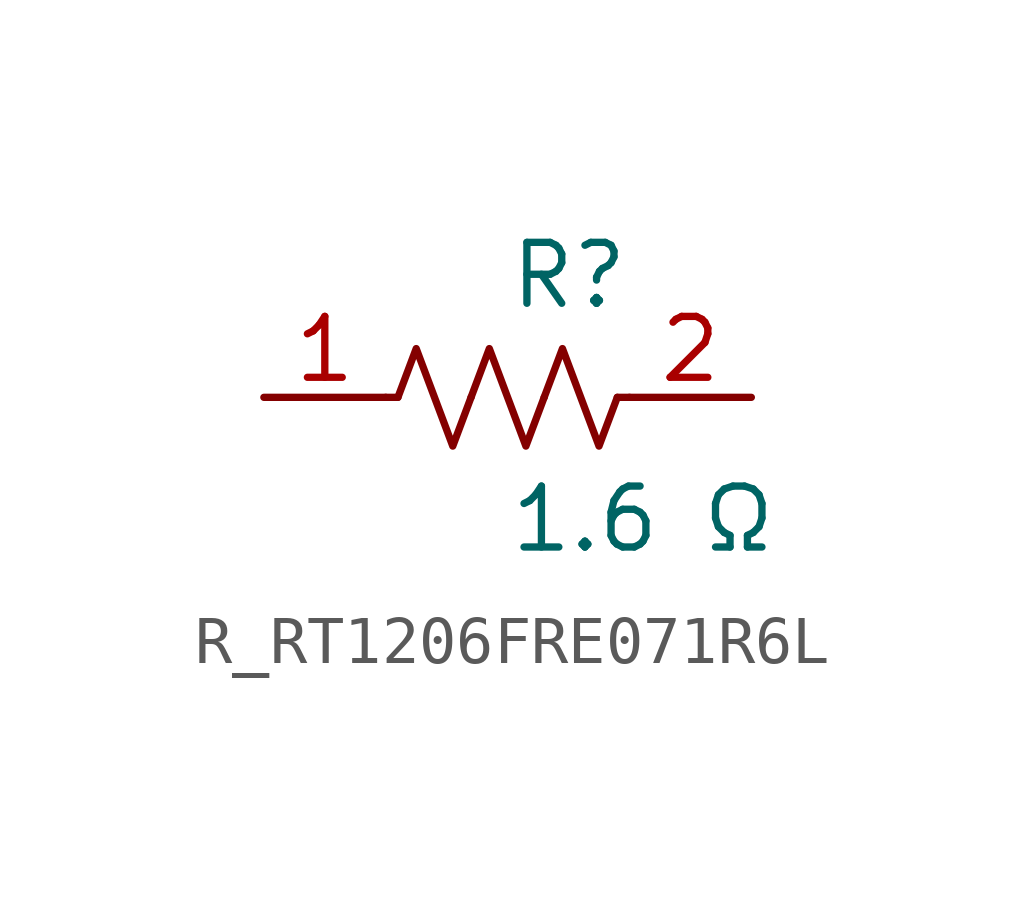
<source format=kicad_sym>
(kicad_symbol_lib
  (version 20231120)
  (generator kicad_symbol_editor)
  (generator_version 8.0)
  (symbol "R_RT1206FRE071R6L"
    (pin_names
      (offset 0.254))
    (property "Reference" "R"
      (at 0 2.54 0)
      (effects (font (size 1.27 1.27)) (justify left)))
    (property "Value" "1.6 Ω"
      (at 0 -2.54 0)
      (effects (font (size 1.27 1.27)) (justify left)))
    (symbol "R_RT1206FRE071R6L_0_1"
      (polyline (pts (xy 2.286 0) (xy 2.54 0)) (stroke (width 0) (type default)) (fill (type none)))
      (polyline (pts (xy -2.286 0) (xy -2.54 0)) (stroke (width 0) (type default)) (fill (type none)))
      (polyline (pts (xy 0.762 0) (xy 1.143 1.016) (xy 1.524 0) (xy 1.905 -1.016) (xy 2.286 0)) (stroke (width 0) (type default)) (fill (type none)))
      (polyline (pts (xy -0.762 0) (xy -0.381 1.016) (xy 0 0) (xy 0.381 -1.016) (xy 0.762 0)) (stroke (width 0) (type default)) (fill (type none)))
      (polyline (pts (xy -2.286 0) (xy -1.905 1.016) (xy -1.524 0) (xy -1.143 -1.016) (xy -0.762 0)) (stroke (width 0) (type default)) (fill (type none))))
    (pin unspecified line
      (at -5.08 0 0)
      (length 2.54)
      (name "" (effects (font (size 1.27 1.27))))
      (number "1" (effects (font (size 1.27 1.27)))))
    (pin unspecified line
      (at 5.08 0 180)
      (length 2.54)
      (name "" (effects (font (size 1.27 1.27))))
      (number "2" (effects (font (size 1.27 1.27)))))))
</source>
